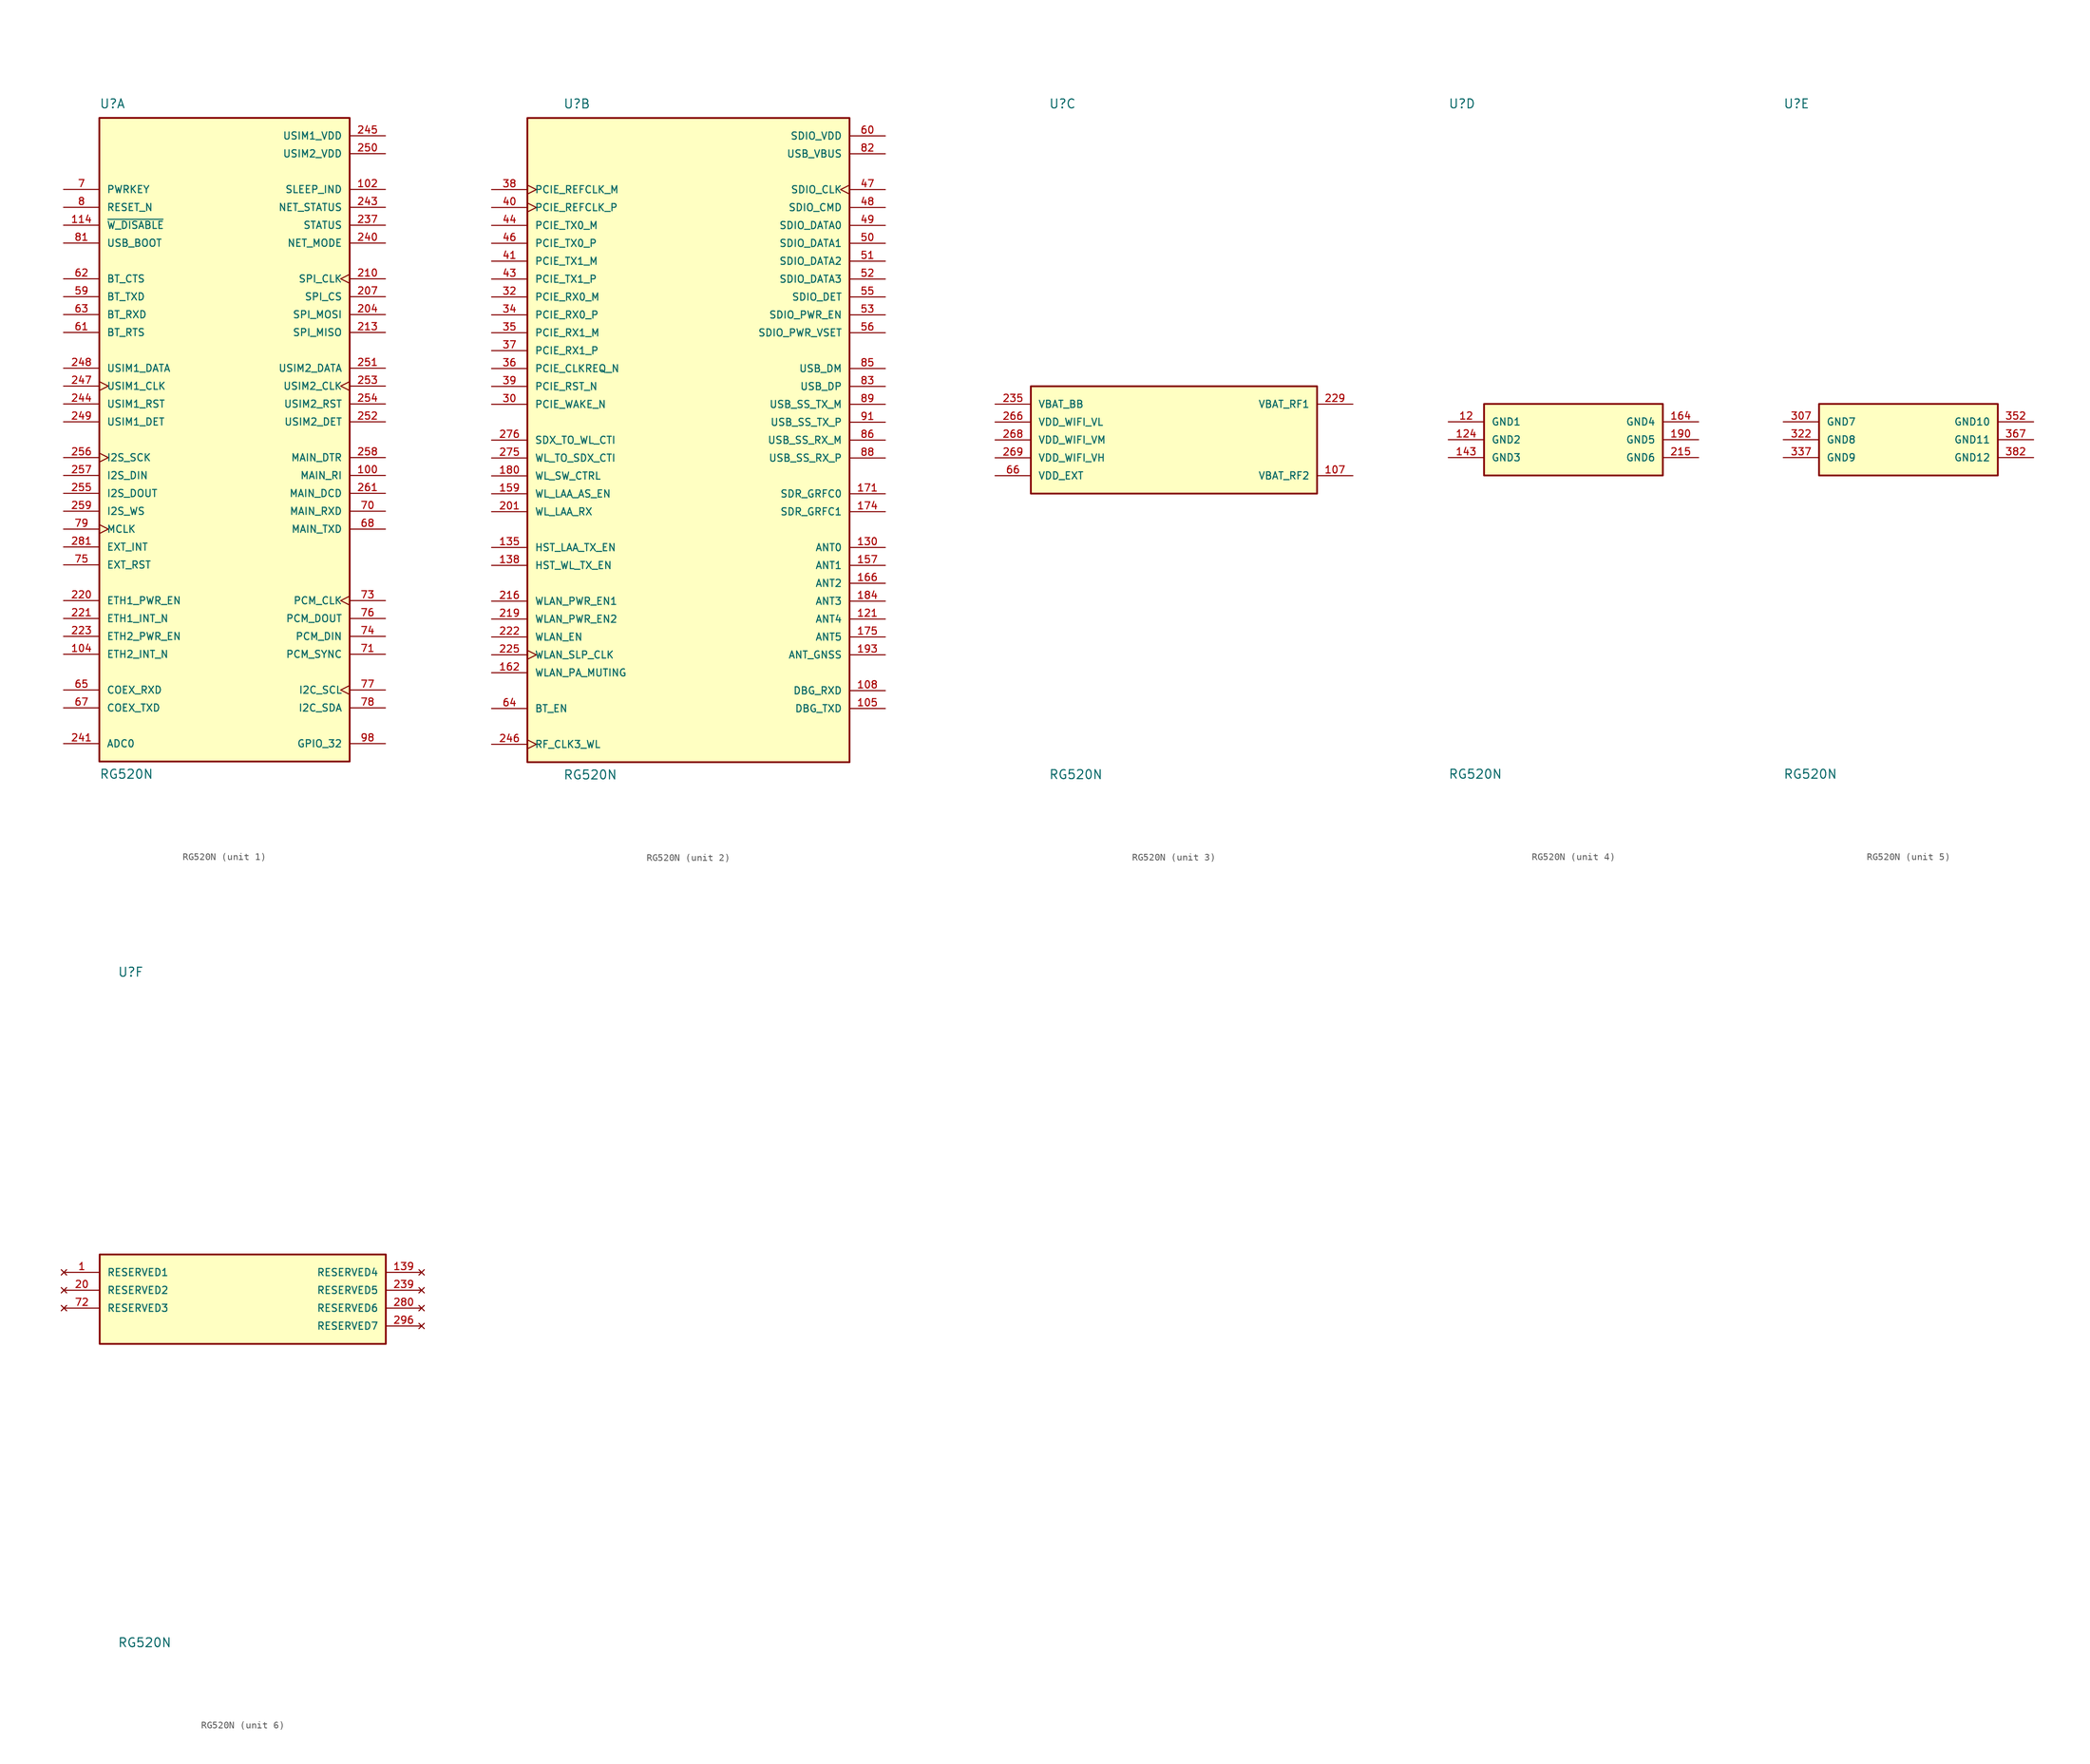
<source format=kicad_sym>
(kicad_symbol_lib
  (version 20211014)
  (generator kicad_symbol_editor)
  (symbol "RG520N"
    (pin_names
      (offset 1.016))
    (property "Reference" "U"
      (at -17.78 46.99 0)
      (effects (font (size 1.27 1.27)) (justify bottom left)))
    (property "Value" "RG520N"
      (at -17.78 -48.26 0)
      (effects (font (size 1.27 1.27)) (justify bottom left)))
    (symbol "RG520N_1_0"
      (rectangle (start -17.78 -45.72) (end 17.78 45.72) (stroke (width 0.254)) (fill (type background)))
      (pin power_in line (at 22.86 43.18 180.0) (length 5.08) (name "USIM1_VDD" (effects (font (size 1.016 1.016)))) (number "245" (effects (font (size 1.016 1.016)))))
      (pin power_in line (at 22.86 40.64 180.0) (length 5.08) (name "USIM2_VDD" (effects (font (size 1.016 1.016)))) (number "250" (effects (font (size 1.016 1.016)))))
      (pin input line (at -22.86 30.48 0) (length 5.08) (name "~{W_DISABLE}" (effects (font (size 1.016 1.016)))) (number "114" (effects (font (size 1.016 1.016)))))
      (pin input line (at -22.86 -43.18 0) (length 5.08) (name "ADC0" (effects (font (size 1.016 1.016)))) (number "241" (effects (font (size 1.016 1.016)))))
      (pin input line (at -22.86 15.24 0) (length 5.08) (name "BT_RTS" (effects (font (size 1.016 1.016)))) (number "61" (effects (font (size 1.016 1.016)))))
      (pin input line (at -22.86 17.78 0) (length 5.08) (name "BT_RXD" (effects (font (size 1.016 1.016)))) (number "63" (effects (font (size 1.016 1.016)))))
      (pin input line (at -22.86 -35.56 0) (length 5.08) (name "COEX_RXD" (effects (font (size 1.016 1.016)))) (number "65" (effects (font (size 1.016 1.016)))))
      (pin input line (at -22.86 -22.86 0) (length 5.08) (name "ETH1_PWR_EN" (effects (font (size 1.016 1.016)))) (number "220" (effects (font (size 1.016 1.016)))))
      (pin input line (at -22.86 -27.94 0) (length 5.08) (name "ETH2_PWR_EN" (effects (font (size 1.016 1.016)))) (number "223" (effects (font (size 1.016 1.016)))))
      (pin input line (at -22.86 -17.78 0) (length 5.08) (name "EXT_RST" (effects (font (size 1.016 1.016)))) (number "75" (effects (font (size 1.016 1.016)))))
      (pin input clock (at 22.86 -35.56 180.0) (length 5.08) (name "I2C_SCL" (effects (font (size 1.016 1.016)))) (number "77" (effects (font (size 1.016 1.016)))))
      (pin input line (at -22.86 -5.08 0) (length 5.08) (name "I2S_DIN" (effects (font (size 1.016 1.016)))) (number "257" (effects (font (size 1.016 1.016)))))
      (pin input clock (at -22.86 -2.54 0) (length 5.08) (name "I2S_SCK" (effects (font (size 1.016 1.016)))) (number "256" (effects (font (size 1.016 1.016)))))
      (pin input line (at 22.86 -7.62 180.0) (length 5.08) (name "MAIN_DCD" (effects (font (size 1.016 1.016)))) (number "261" (effects (font (size 1.016 1.016)))))
      (pin input line (at 22.86 -10.16 180.0) (length 5.08) (name "MAIN_RXD" (effects (font (size 1.016 1.016)))) (number "70" (effects (font (size 1.016 1.016)))))
      (pin input clock (at 22.86 -22.86 180.0) (length 5.08) (name "PCM_CLK" (effects (font (size 1.016 1.016)))) (number "73" (effects (font (size 1.016 1.016)))))
      (pin input line (at 22.86 -27.94 180.0) (length 5.08) (name "PCM_DIN" (effects (font (size 1.016 1.016)))) (number "74" (effects (font (size 1.016 1.016)))))
      (pin input line (at -22.86 35.56 0) (length 5.08) (name "PWRKEY" (effects (font (size 1.016 1.016)))) (number "7" (effects (font (size 1.016 1.016)))))
      (pin input line (at -22.86 33.02 0) (length 5.08) (name "RESET_N" (effects (font (size 1.016 1.016)))) (number "8" (effects (font (size 1.016 1.016)))))
      (pin input line (at 22.86 15.24 180.0) (length 5.08) (name "SPI_MISO" (effects (font (size 1.016 1.016)))) (number "213" (effects (font (size 1.016 1.016)))))
      (pin input line (at -22.86 27.94 0) (length 5.08) (name "USB_BOOT" (effects (font (size 1.016 1.016)))) (number "81" (effects (font (size 1.016 1.016)))))
      (pin input line (at -22.86 2.54 0) (length 5.08) (name "USIM1_DET" (effects (font (size 1.016 1.016)))) (number "249" (effects (font (size 1.016 1.016)))))
      (pin input line (at 22.86 2.54 180.0) (length 5.08) (name "USIM2_DET" (effects (font (size 1.016 1.016)))) (number "252" (effects (font (size 1.016 1.016)))))
      (pin bidirectional line (at 22.86 -43.18 180.0) (length 5.08) (name "GPIO_32" (effects (font (size 1.016 1.016)))) (number "98" (effects (font (size 1.016 1.016)))))
      (pin bidirectional line (at 22.86 -38.1 180.0) (length 5.08) (name "I2C_SDA" (effects (font (size 1.016 1.016)))) (number "78" (effects (font (size 1.016 1.016)))))
      (pin bidirectional line (at -22.86 10.16 0) (length 5.08) (name "USIM1_DATA" (effects (font (size 1.016 1.016)))) (number "248" (effects (font (size 1.016 1.016)))))
      (pin bidirectional line (at 22.86 10.16 180.0) (length 5.08) (name "USIM2_DATA" (effects (font (size 1.016 1.016)))) (number "251" (effects (font (size 1.016 1.016)))))
      (pin output line (at -22.86 22.86 0) (length 5.08) (name "BT_CTS" (effects (font (size 1.016 1.016)))) (number "62" (effects (font (size 1.016 1.016)))))
      (pin output line (at -22.86 20.32 0) (length 5.08) (name "BT_TXD" (effects (font (size 1.016 1.016)))) (number "59" (effects (font (size 1.016 1.016)))))
      (pin output line (at -22.86 -38.1 0) (length 5.08) (name "COEX_TXD" (effects (font (size 1.016 1.016)))) (number "67" (effects (font (size 1.016 1.016)))))
      (pin output line (at -22.86 -25.4 0) (length 5.08) (name "ETH1_INT_N" (effects (font (size 1.016 1.016)))) (number "221" (effects (font (size 1.016 1.016)))))
      (pin output line (at -22.86 -30.48 0) (length 5.08) (name "ETH2_INT_N" (effects (font (size 1.016 1.016)))) (number "104" (effects (font (size 1.016 1.016)))))
      (pin output line (at -22.86 -15.24 0) (length 5.08) (name "EXT_INT" (effects (font (size 1.016 1.016)))) (number "281" (effects (font (size 1.016 1.016)))))
      (pin output line (at -22.86 -7.62 0) (length 5.08) (name "I2S_DOUT" (effects (font (size 1.016 1.016)))) (number "255" (effects (font (size 1.016 1.016)))))
      (pin output line (at -22.86 -10.16 0) (length 5.08) (name "I2S_WS" (effects (font (size 1.016 1.016)))) (number "259" (effects (font (size 1.016 1.016)))))
      (pin output line (at 22.86 -2.54 180.0) (length 5.08) (name "MAIN_DTR" (effects (font (size 1.016 1.016)))) (number "258" (effects (font (size 1.016 1.016)))))
      (pin output line (at 22.86 -5.08 180.0) (length 5.08) (name "MAIN_RI" (effects (font (size 1.016 1.016)))) (number "100" (effects (font (size 1.016 1.016)))))
      (pin output line (at 22.86 -12.7 180.0) (length 5.08) (name "MAIN_TXD" (effects (font (size 1.016 1.016)))) (number "68" (effects (font (size 1.016 1.016)))))
      (pin output clock (at -22.86 -12.7 0) (length 5.08) (name "MCLK" (effects (font (size 1.016 1.016)))) (number "79" (effects (font (size 1.016 1.016)))))
      (pin output line (at 22.86 27.94 180.0) (length 5.08) (name "NET_MODE" (effects (font (size 1.016 1.016)))) (number "240" (effects (font (size 1.016 1.016)))))
      (pin output line (at 22.86 33.02 180.0) (length 5.08) (name "NET_STATUS" (effects (font (size 1.016 1.016)))) (number "243" (effects (font (size 1.016 1.016)))))
      (pin output line (at 22.86 -25.4 180.0) (length 5.08) (name "PCM_DOUT" (effects (font (size 1.016 1.016)))) (number "76" (effects (font (size 1.016 1.016)))))
      (pin output line (at 22.86 -30.48 180.0) (length 5.08) (name "PCM_SYNC" (effects (font (size 1.016 1.016)))) (number "71" (effects (font (size 1.016 1.016)))))
      (pin output line (at 22.86 35.56 180.0) (length 5.08) (name "SLEEP_IND" (effects (font (size 1.016 1.016)))) (number "102" (effects (font (size 1.016 1.016)))))
      (pin output clock (at 22.86 22.86 180.0) (length 5.08) (name "SPI_CLK" (effects (font (size 1.016 1.016)))) (number "210" (effects (font (size 1.016 1.016)))))
      (pin output line (at 22.86 20.32 180.0) (length 5.08) (name "SPI_CS" (effects (font (size 1.016 1.016)))) (number "207" (effects (font (size 1.016 1.016)))))
      (pin output line (at 22.86 17.78 180.0) (length 5.08) (name "SPI_MOSI" (effects (font (size 1.016 1.016)))) (number "204" (effects (font (size 1.016 1.016)))))
      (pin output line (at 22.86 30.48 180.0) (length 5.08) (name "STATUS" (effects (font (size 1.016 1.016)))) (number "237" (effects (font (size 1.016 1.016)))))
      (pin output clock (at -22.86 7.62 0) (length 5.08) (name "USIM1_CLK" (effects (font (size 1.016 1.016)))) (number "247" (effects (font (size 1.016 1.016)))))
      (pin output line (at -22.86 5.08 0) (length 5.08) (name "USIM1_RST" (effects (font (size 1.016 1.016)))) (number "244" (effects (font (size 1.016 1.016)))))
      (pin output clock (at 22.86 7.62 180.0) (length 5.08) (name "USIM2_CLK" (effects (font (size 1.016 1.016)))) (number "253" (effects (font (size 1.016 1.016)))))
      (pin output line (at 22.86 5.08 180.0) (length 5.08) (name "USIM2_RST" (effects (font (size 1.016 1.016)))) (number "254" (effects (font (size 1.016 1.016))))))
    (symbol "RG520N_2_0"
      (rectangle (start -22.86 -45.72) (end 22.86 45.72) (stroke (width 0.254)) (fill (type background)))
      (pin power_in line (at 27.94 43.18 180.0) (length 5.08) (name "SDIO_VDD" (effects (font (size 1.016 1.016)))) (number "60" (effects (font (size 1.016 1.016)))))
      (pin power_in line (at 27.94 40.64 180.0) (length 5.08) (name "USB_VBUS" (effects (font (size 1.016 1.016)))) (number "82" (effects (font (size 1.016 1.016)))))
      (pin input line (at 27.94 -30.48 180.0) (length 5.08) (name "ANT_GNSS" (effects (font (size 1.016 1.016)))) (number "193" (effects (font (size 1.016 1.016)))))
      (pin input line (at 27.94 -20.32 180.0) (length 5.08) (name "ANT2" (effects (font (size 1.016 1.016)))) (number "166" (effects (font (size 1.016 1.016)))))
      (pin input line (at 27.94 -22.86 180.0) (length 5.08) (name "ANT3" (effects (font (size 1.016 1.016)))) (number "184" (effects (font (size 1.016 1.016)))))
      (pin input line (at 27.94 -25.4 180.0) (length 5.08) (name "ANT4" (effects (font (size 1.016 1.016)))) (number "121" (effects (font (size 1.016 1.016)))))
      (pin input line (at 27.94 -27.94 180.0) (length 5.08) (name "ANT5" (effects (font (size 1.016 1.016)))) (number "175" (effects (font (size 1.016 1.016)))))
      (pin input line (at -27.94 -38.1 0) (length 5.08) (name "BT_EN" (effects (font (size 1.016 1.016)))) (number "64" (effects (font (size 1.016 1.016)))))
      (pin input line (at 27.94 -35.56 180.0) (length 5.08) (name "DBG_RXD" (effects (font (size 1.016 1.016)))) (number "108" (effects (font (size 1.016 1.016)))))
      (pin input line (at -27.94 -15.24 0) (length 5.08) (name "HST_LAA_TX_EN" (effects (font (size 1.016 1.016)))) (number "135" (effects (font (size 1.016 1.016)))))
      (pin input line (at -27.94 -17.78 0) (length 5.08) (name "HST_WL_TX_EN" (effects (font (size 1.016 1.016)))) (number "138" (effects (font (size 1.016 1.016)))))
      (pin input line (at -27.94 10.16 0) (length 5.08) (name "PCIE_CLKREQ_N" (effects (font (size 1.016 1.016)))) (number "36" (effects (font (size 1.016 1.016)))))
      (pin input line (at -27.94 20.32 0) (length 5.08) (name "PCIE_RX0_M" (effects (font (size 1.016 1.016)))) (number "32" (effects (font (size 1.016 1.016)))))
      (pin input line (at -27.94 17.78 0) (length 5.08) (name "PCIE_RX0_P" (effects (font (size 1.016 1.016)))) (number "34" (effects (font (size 1.016 1.016)))))
      (pin input line (at -27.94 15.24 0) (length 5.08) (name "PCIE_RX1_M" (effects (font (size 1.016 1.016)))) (number "35" (effects (font (size 1.016 1.016)))))
      (pin input line (at -27.94 12.7 0) (length 5.08) (name "PCIE_RX1_P" (effects (font (size 1.016 1.016)))) (number "37" (effects (font (size 1.016 1.016)))))
      (pin input line (at -27.94 5.08 0) (length 5.08) (name "PCIE_WAKE_N" (effects (font (size 1.016 1.016)))) (number "30" (effects (font (size 1.016 1.016)))))
      (pin input clock (at -27.94 -43.18 0) (length 5.08) (name "RF_CLK3_WL" (effects (font (size 1.016 1.016)))) (number "246" (effects (font (size 1.016 1.016)))))
      (pin input line (at 27.94 20.32 180.0) (length 5.08) (name "SDIO_DET" (effects (font (size 1.016 1.016)))) (number "55" (effects (font (size 1.016 1.016)))))
      (pin input line (at 27.94 17.78 180.0) (length 5.08) (name "SDIO_PWR_EN" (effects (font (size 1.016 1.016)))) (number "53" (effects (font (size 1.016 1.016)))))
      (pin input line (at 27.94 15.24 180.0) (length 5.08) (name "SDIO_PWR_VSET" (effects (font (size 1.016 1.016)))) (number "56" (effects (font (size 1.016 1.016)))))
      (pin input line (at 27.94 0.0 180.0) (length 5.08) (name "USB_SS_RX_M" (effects (font (size 1.016 1.016)))) (number "86" (effects (font (size 1.016 1.016)))))
      (pin input line (at 27.94 -2.54 180.0) (length 5.08) (name "USB_SS_RX_P" (effects (font (size 1.016 1.016)))) (number "88" (effects (font (size 1.016 1.016)))))
      (pin input line (at -27.94 -7.62 0) (length 5.08) (name "WL_LAA_AS_EN" (effects (font (size 1.016 1.016)))) (number "159" (effects (font (size 1.016 1.016)))))
      (pin input line (at -27.94 -10.16 0) (length 5.08) (name "WL_LAA_RX" (effects (font (size 1.016 1.016)))) (number "201" (effects (font (size 1.016 1.016)))))
      (pin input line (at -27.94 -5.08 0) (length 5.08) (name "WL_SW_CTRL" (effects (font (size 1.016 1.016)))) (number "180" (effects (font (size 1.016 1.016)))))
      (pin input line (at -27.94 -27.94 0) (length 5.08) (name "WLAN_EN" (effects (font (size 1.016 1.016)))) (number "222" (effects (font (size 1.016 1.016)))))
      (pin input line (at -27.94 -22.86 0) (length 5.08) (name "WLAN_PWR_EN1" (effects (font (size 1.016 1.016)))) (number "216" (effects (font (size 1.016 1.016)))))
      (pin input line (at -27.94 -25.4 0) (length 5.08) (name "WLAN_PWR_EN2" (effects (font (size 1.016 1.016)))) (number "219" (effects (font (size 1.016 1.016)))))
      (pin input clock (at -27.94 -30.48 0) (length 5.08) (name "WLAN_SLP_CLK" (effects (font (size 1.016 1.016)))) (number "225" (effects (font (size 1.016 1.016)))))
      (pin bidirectional line (at 27.94 -15.24 180.0) (length 5.08) (name "ANT0" (effects (font (size 1.016 1.016)))) (number "130" (effects (font (size 1.016 1.016)))))
      (pin bidirectional line (at 27.94 -17.78 180.0) (length 5.08) (name "ANT1" (effects (font (size 1.016 1.016)))) (number "157" (effects (font (size 1.016 1.016)))))
      (pin bidirectional line (at 27.94 33.02 180.0) (length 5.08) (name "SDIO_CMD" (effects (font (size 1.016 1.016)))) (number "48" (effects (font (size 1.016 1.016)))))
      (pin bidirectional line (at 27.94 30.48 180.0) (length 5.08) (name "SDIO_DATA0" (effects (font (size 1.016 1.016)))) (number "49" (effects (font (size 1.016 1.016)))))
      (pin bidirectional line (at 27.94 27.94 180.0) (length 5.08) (name "SDIO_DATA1" (effects (font (size 1.016 1.016)))) (number "50" (effects (font (size 1.016 1.016)))))
      (pin bidirectional line (at 27.94 25.4 180.0) (length 5.08) (name "SDIO_DATA2" (effects (font (size 1.016 1.016)))) (number "51" (effects (font (size 1.016 1.016)))))
      (pin bidirectional line (at 27.94 22.86 180.0) (length 5.08) (name "SDIO_DATA3" (effects (font (size 1.016 1.016)))) (number "52" (effects (font (size 1.016 1.016)))))
      (pin bidirectional line (at 27.94 10.16 180.0) (length 5.08) (name "USB_DM" (effects (font (size 1.016 1.016)))) (number "85" (effects (font (size 1.016 1.016)))))
      (pin bidirectional line (at 27.94 7.62 180.0) (length 5.08) (name "USB_DP" (effects (font (size 1.016 1.016)))) (number "83" (effects (font (size 1.016 1.016)))))
      (pin passive line (at 27.94 -7.62 180.0) (length 5.08) (name "SDR_GRFC0" (effects (font (size 1.016 1.016)))) (number "171" (effects (font (size 1.016 1.016)))))
      (pin passive line (at 27.94 -10.16 180.0) (length 5.08) (name "SDR_GRFC1" (effects (font (size 1.016 1.016)))) (number "174" (effects (font (size 1.016 1.016)))))
      (pin passive line (at -27.94 0.0 0) (length 5.08) (name "SDX_TO_WL_CTI" (effects (font (size 1.016 1.016)))) (number "276" (effects (font (size 1.016 1.016)))))
      (pin passive line (at -27.94 -2.54 0) (length 5.08) (name "WL_TO_SDX_CTI" (effects (font (size 1.016 1.016)))) (number "275" (effects (font (size 1.016 1.016)))))
      (pin passive line (at -27.94 -33.02 0) (length 5.08) (name "WLAN_PA_MUTING" (effects (font (size 1.016 1.016)))) (number "162" (effects (font (size 1.016 1.016)))))
      (pin output line (at 27.94 -38.1 180.0) (length 5.08) (name "DBG_TXD" (effects (font (size 1.016 1.016)))) (number "105" (effects (font (size 1.016 1.016)))))
      (pin output clock (at -27.94 35.56 0) (length 5.08) (name "PCIE_REFCLK_M" (effects (font (size 1.016 1.016)))) (number "38" (effects (font (size 1.016 1.016)))))
      (pin output clock (at -27.94 33.02 0) (length 5.08) (name "PCIE_REFCLK_P" (effects (font (size 1.016 1.016)))) (number "40" (effects (font (size 1.016 1.016)))))
      (pin output line (at -27.94 7.62 0) (length 5.08) (name "PCIE_RST_N" (effects (font (size 1.016 1.016)))) (number "39" (effects (font (size 1.016 1.016)))))
      (pin output line (at -27.94 30.48 0) (length 5.08) (name "PCIE_TX0_M" (effects (font (size 1.016 1.016)))) (number "44" (effects (font (size 1.016 1.016)))))
      (pin output line (at -27.94 27.94 0) (length 5.08) (name "PCIE_TX0_P" (effects (font (size 1.016 1.016)))) (number "46" (effects (font (size 1.016 1.016)))))
      (pin output line (at -27.94 25.4 0) (length 5.08) (name "PCIE_TX1_M" (effects (font (size 1.016 1.016)))) (number "41" (effects (font (size 1.016 1.016)))))
      (pin output line (at -27.94 22.86 0) (length 5.08) (name "PCIE_TX1_P" (effects (font (size 1.016 1.016)))) (number "43" (effects (font (size 1.016 1.016)))))
      (pin output clock (at 27.94 35.56 180.0) (length 5.08) (name "SDIO_CLK" (effects (font (size 1.016 1.016)))) (number "47" (effects (font (size 1.016 1.016)))))
      (pin output line (at 27.94 5.08 180.0) (length 5.08) (name "USB_SS_TX_M" (effects (font (size 1.016 1.016)))) (number "89" (effects (font (size 1.016 1.016)))))
      (pin output line (at 27.94 2.54 180.0) (length 5.08) (name "USB_SS_TX_P" (effects (font (size 1.016 1.016)))) (number "91" (effects (font (size 1.016 1.016))))))
    (symbol "RG520N_3_0"
      (rectangle (start -20.32 -7.62) (end 20.32 7.62) (stroke (width 0.254)) (fill (type background)))
      (pin power_in line (at -25.4 5.08 0) (length 5.08) (name "VBAT_BB" (effects (font (size 1.016 1.016)))) (number "235" (effects (font (size 1.016 1.016)))))
      (pin power_in line (at -25.4 5.08 0) (length 5.08) hide (name "VBAT_BB" (effects (font (size 1.016 1.016)))) (number "236" (effects (font (size 1.016 1.016)))))
      (pin power_in line (at -25.4 5.08 0) (length 5.08) hide (name "VBAT_BB" (effects (font (size 1.016 1.016)))) (number "238" (effects (font (size 1.016 1.016)))))
      (pin power_in line (at 25.4 5.08 180.0) (length 5.08) (name "VBAT_RF1" (effects (font (size 1.016 1.016)))) (number "229" (effects (font (size 1.016 1.016)))))
      (pin power_in line (at 25.4 5.08 180.0) (length 5.08) hide (name "VBAT_RF1" (effects (font (size 1.016 1.016)))) (number "230" (effects (font (size 1.016 1.016)))))
      (pin power_in line (at 25.4 5.08 180.0) (length 5.08) hide (name "VBAT_RF1" (effects (font (size 1.016 1.016)))) (number "232" (effects (font (size 1.016 1.016)))))
      (pin power_in line (at 25.4 5.08 180.0) (length 5.08) hide (name "VBAT_RF1" (effects (font (size 1.016 1.016)))) (number "233" (effects (font (size 1.016 1.016)))))
      (pin power_in line (at 25.4 -5.08 180.0) (length 5.08) (name "VBAT_RF2" (effects (font (size 1.016 1.016)))) (number "107" (effects (font (size 1.016 1.016)))))
      (pin power_in line (at 25.4 -5.08 180.0) (length 5.08) hide (name "VBAT_RF2" (effects (font (size 1.016 1.016)))) (number "109" (effects (font (size 1.016 1.016)))))
      (pin power_in line (at 25.4 -5.08 180.0) (length 5.08) hide (name "VBAT_RF2" (effects (font (size 1.016 1.016)))) (number "110" (effects (font (size 1.016 1.016)))))
      (pin power_in line (at 25.4 -5.08 180.0) (length 5.08) hide (name "VBAT_RF2" (effects (font (size 1.016 1.016)))) (number "112" (effects (font (size 1.016 1.016)))))
      (pin power_in line (at -25.4 -5.08 0) (length 5.08) (name "VDD_EXT" (effects (font (size 1.016 1.016)))) (number "66" (effects (font (size 1.016 1.016)))))
      (pin power_in line (at -25.4 -2.54 0) (length 5.08) (name "VDD_WIFI_VH" (effects (font (size 1.016 1.016)))) (number "269" (effects (font (size 1.016 1.016)))))
      (pin power_in line (at -25.4 2.54 0) (length 5.08) (name "VDD_WIFI_VL" (effects (font (size 1.016 1.016)))) (number "266" (effects (font (size 1.016 1.016)))))
      (pin power_in line (at -25.4 2.54 0) (length 5.08) hide (name "VDD_WIFI_VL" (effects (font (size 1.016 1.016)))) (number "267" (effects (font (size 1.016 1.016)))))
      (pin power_in line (at -25.4 0.0 0) (length 5.08) (name "VDD_WIFI_VM" (effects (font (size 1.016 1.016)))) (number "268" (effects (font (size 1.016 1.016))))))
    (symbol "RG520N_4_0"
      (rectangle (start -12.7 -5.08) (end 12.7 5.08) (stroke (width 0.254)) (fill (type background)))
      (pin power_in line (at -17.78 2.54 0) (length 5.08) (name "GND1" (effects (font (size 1.016 1.016)))) (number "12" (effects (font (size 1.016 1.016)))))
      (pin power_in line (at -17.78 2.54 0) (length 5.08) hide (name "GND1" (effects (font (size 1.016 1.016)))) (number "18" (effects (font (size 1.016 1.016)))))
      (pin power_in line (at -17.78 2.54 0) (length 5.08) hide (name "GND1" (effects (font (size 1.016 1.016)))) (number "26" (effects (font (size 1.016 1.016)))))
      (pin power_in line (at -17.78 2.54 0) (length 5.08) hide (name "GND1" (effects (font (size 1.016 1.016)))) (number "33" (effects (font (size 1.016 1.016)))))
      (pin power_in line (at -17.78 2.54 0) (length 5.08) hide (name "GND1" (effects (font (size 1.016 1.016)))) (number "42" (effects (font (size 1.016 1.016)))))
      (pin power_in line (at -17.78 2.54 0) (length 5.08) hide (name "GND1" (effects (font (size 1.016 1.016)))) (number "84" (effects (font (size 1.016 1.016)))))
      (pin power_in line (at -17.78 2.54 0) (length 5.08) hide (name "GND1" (effects (font (size 1.016 1.016)))) (number "90" (effects (font (size 1.016 1.016)))))
      (pin power_in line (at -17.78 2.54 0) (length 5.08) hide (name "GND1" (effects (font (size 1.016 1.016)))) (number "96" (effects (font (size 1.016 1.016)))))
      (pin power_in line (at -17.78 2.54 0) (length 5.08) hide (name "GND1" (effects (font (size 1.016 1.016)))) (number "113" (effects (font (size 1.016 1.016)))))
      (pin power_in line (at -17.78 2.54 0) (length 5.08) hide (name "GND1" (effects (font (size 1.016 1.016)))) (number "115" (effects (font (size 1.016 1.016)))))
      (pin power_in line (at -17.78 2.54 0) (length 5.08) hide (name "GND1" (effects (font (size 1.016 1.016)))) (number "116" (effects (font (size 1.016 1.016)))))
      (pin power_in line (at -17.78 2.54 0) (length 5.08) hide (name "GND1" (effects (font (size 1.016 1.016)))) (number "118" (effects (font (size 1.016 1.016)))))
      (pin power_in line (at -17.78 2.54 0) (length 5.08) hide (name "GND1" (effects (font (size 1.016 1.016)))) (number "119" (effects (font (size 1.016 1.016)))))
      (pin power_in line (at -17.78 2.54 0) (length 5.08) hide (name "GND1" (effects (font (size 1.016 1.016)))) (number "122" (effects (font (size 1.016 1.016)))))
      (pin power_in line (at -17.78 2.54 0) (length 5.08) hide (name "GND1" (effects (font (size 1.016 1.016)))) (number "123" (effects (font (size 1.016 1.016)))))
      (pin power_in line (at -17.78 0.0 0) (length 5.08) (name "GND2" (effects (font (size 1.016 1.016)))) (number "124" (effects (font (size 1.016 1.016)))))
      (pin power_in line (at -17.78 0.0 0) (length 5.08) hide (name "GND2" (effects (font (size 1.016 1.016)))) (number "125" (effects (font (size 1.016 1.016)))))
      (pin power_in line (at -17.78 0.0 0) (length 5.08) hide (name "GND2" (effects (font (size 1.016 1.016)))) (number "126" (effects (font (size 1.016 1.016)))))
      (pin power_in line (at -17.78 0.0 0) (length 5.08) hide (name "GND2" (effects (font (size 1.016 1.016)))) (number "127" (effects (font (size 1.016 1.016)))))
      (pin power_in line (at -17.78 0.0 0) (length 5.08) hide (name "GND2" (effects (font (size 1.016 1.016)))) (number "128" (effects (font (size 1.016 1.016)))))
      (pin power_in line (at -17.78 0.0 0) (length 5.08) hide (name "GND2" (effects (font (size 1.016 1.016)))) (number "129" (effects (font (size 1.016 1.016)))))
      (pin power_in line (at -17.78 0.0 0) (length 5.08) hide (name "GND2" (effects (font (size 1.016 1.016)))) (number "131" (effects (font (size 1.016 1.016)))))
      (pin power_in line (at -17.78 0.0 0) (length 5.08) hide (name "GND2" (effects (font (size 1.016 1.016)))) (number "132" (effects (font (size 1.016 1.016)))))
      (pin power_in line (at -17.78 0.0 0) (length 5.08) hide (name "GND2" (effects (font (size 1.016 1.016)))) (number "133" (effects (font (size 1.016 1.016)))))
      (pin power_in line (at -17.78 0.0 0) (length 5.08) hide (name "GND2" (effects (font (size 1.016 1.016)))) (number "134" (effects (font (size 1.016 1.016)))))
      (pin power_in line (at -17.78 0.0 0) (length 5.08) hide (name "GND2" (effects (font (size 1.016 1.016)))) (number "136" (effects (font (size 1.016 1.016)))))
      (pin power_in line (at -17.78 0.0 0) (length 5.08) hide (name "GND2" (effects (font (size 1.016 1.016)))) (number "137" (effects (font (size 1.016 1.016)))))
      (pin power_in line (at -17.78 0.0 0) (length 5.08) hide (name "GND2" (effects (font (size 1.016 1.016)))) (number "140" (effects (font (size 1.016 1.016)))))
      (pin power_in line (at -17.78 0.0 0) (length 5.08) hide (name "GND2" (effects (font (size 1.016 1.016)))) (number "141" (effects (font (size 1.016 1.016)))))
      (pin power_in line (at -17.78 0.0 0) (length 5.08) hide (name "GND2" (effects (font (size 1.016 1.016)))) (number "142" (effects (font (size 1.016 1.016)))))
      (pin power_in line (at -17.78 -2.54 0) (length 5.08) (name "GND3" (effects (font (size 1.016 1.016)))) (number "143" (effects (font (size 1.016 1.016)))))
      (pin power_in line (at -17.78 -2.54 0) (length 5.08) hide (name "GND3" (effects (font (size 1.016 1.016)))) (number "144" (effects (font (size 1.016 1.016)))))
      (pin power_in line (at -17.78 -2.54 0) (length 5.08) hide (name "GND3" (effects (font (size 1.016 1.016)))) (number "145" (effects (font (size 1.016 1.016)))))
      (pin power_in line (at -17.78 -2.54 0) (length 5.08) hide (name "GND3" (effects (font (size 1.016 1.016)))) (number "146" (effects (font (size 1.016 1.016)))))
      (pin power_in line (at -17.78 -2.54 0) (length 5.08) hide (name "GND3" (effects (font (size 1.016 1.016)))) (number "147" (effects (font (size 1.016 1.016)))))
      (pin power_in line (at -17.78 -2.54 0) (length 5.08) hide (name "GND3" (effects (font (size 1.016 1.016)))) (number "149" (effects (font (size 1.016 1.016)))))
      (pin power_in line (at -17.78 -2.54 0) (length 5.08) hide (name "GND3" (effects (font (size 1.016 1.016)))) (number "151" (effects (font (size 1.016 1.016)))))
      (pin power_in line (at -17.78 -2.54 0) (length 5.08) hide (name "GND3" (effects (font (size 1.016 1.016)))) (number "152" (effects (font (size 1.016 1.016)))))
      (pin power_in line (at -17.78 -2.54 0) (length 5.08) hide (name "GND3" (effects (font (size 1.016 1.016)))) (number "154" (effects (font (size 1.016 1.016)))))
      (pin power_in line (at -17.78 -2.54 0) (length 5.08) hide (name "GND3" (effects (font (size 1.016 1.016)))) (number "155" (effects (font (size 1.016 1.016)))))
      (pin power_in line (at -17.78 -2.54 0) (length 5.08) hide (name "GND3" (effects (font (size 1.016 1.016)))) (number "156" (effects (font (size 1.016 1.016)))))
      (pin power_in line (at -17.78 -2.54 0) (length 5.08) hide (name "GND3" (effects (font (size 1.016 1.016)))) (number "158" (effects (font (size 1.016 1.016)))))
      (pin power_in line (at -17.78 -2.54 0) (length 5.08) hide (name "GND3" (effects (font (size 1.016 1.016)))) (number "160" (effects (font (size 1.016 1.016)))))
      (pin power_in line (at -17.78 -2.54 0) (length 5.08) hide (name "GND3" (effects (font (size 1.016 1.016)))) (number "161" (effects (font (size 1.016 1.016)))))
      (pin power_in line (at -17.78 -2.54 0) (length 5.08) hide (name "GND3" (effects (font (size 1.016 1.016)))) (number "163" (effects (font (size 1.016 1.016)))))
      (pin power_in line (at 17.78 2.54 180.0) (length 5.08) (name "GND4" (effects (font (size 1.016 1.016)))) (number "164" (effects (font (size 1.016 1.016)))))
      (pin power_in line (at 17.78 2.54 180.0) (length 5.08) hide (name "GND4" (effects (font (size 1.016 1.016)))) (number "167" (effects (font (size 1.016 1.016)))))
      (pin power_in line (at 17.78 2.54 180.0) (length 5.08) hide (name "GND4" (effects (font (size 1.016 1.016)))) (number "168" (effects (font (size 1.016 1.016)))))
      (pin power_in line (at 17.78 2.54 180.0) (length 5.08) hide (name "GND4" (effects (font (size 1.016 1.016)))) (number "169" (effects (font (size 1.016 1.016)))))
      (pin power_in line (at 17.78 2.54 180.0) (length 5.08) hide (name "GND4" (effects (font (size 1.016 1.016)))) (number "170" (effects (font (size 1.016 1.016)))))
      (pin power_in line (at 17.78 2.54 180.0) (length 5.08) hide (name "GND4" (effects (font (size 1.016 1.016)))) (number "172" (effects (font (size 1.016 1.016)))))
      (pin power_in line (at 17.78 2.54 180.0) (length 5.08) hide (name "GND4" (effects (font (size 1.016 1.016)))) (number "173" (effects (font (size 1.016 1.016)))))
      (pin power_in line (at 17.78 2.54 180.0) (length 5.08) hide (name "GND4" (effects (font (size 1.016 1.016)))) (number "176" (effects (font (size 1.016 1.016)))))
      (pin power_in line (at 17.78 2.54 180.0) (length 5.08) hide (name "GND4" (effects (font (size 1.016 1.016)))) (number "178" (effects (font (size 1.016 1.016)))))
      (pin power_in line (at 17.78 2.54 180.0) (length 5.08) hide (name "GND4" (effects (font (size 1.016 1.016)))) (number "179" (effects (font (size 1.016 1.016)))))
      (pin power_in line (at 17.78 2.54 180.0) (length 5.08) hide (name "GND4" (effects (font (size 1.016 1.016)))) (number "181" (effects (font (size 1.016 1.016)))))
      (pin power_in line (at 17.78 2.54 180.0) (length 5.08) hide (name "GND4" (effects (font (size 1.016 1.016)))) (number "182" (effects (font (size 1.016 1.016)))))
      (pin power_in line (at 17.78 2.54 180.0) (length 5.08) hide (name "GND4" (effects (font (size 1.016 1.016)))) (number "185" (effects (font (size 1.016 1.016)))))
      (pin power_in line (at 17.78 2.54 180.0) (length 5.08) hide (name "GND4" (effects (font (size 1.016 1.016)))) (number "187" (effects (font (size 1.016 1.016)))))
      (pin power_in line (at 17.78 2.54 180.0) (length 5.08) hide (name "GND4" (effects (font (size 1.016 1.016)))) (number "188" (effects (font (size 1.016 1.016)))))
      (pin power_in line (at 17.78 0.0 180.0) (length 5.08) (name "GND5" (effects (font (size 1.016 1.016)))) (number "190" (effects (font (size 1.016 1.016)))))
      (pin power_in line (at 17.78 0.0 180.0) (length 5.08) hide (name "GND5" (effects (font (size 1.016 1.016)))) (number "191" (effects (font (size 1.016 1.016)))))
      (pin power_in line (at 17.78 0.0 180.0) (length 5.08) hide (name "GND5" (effects (font (size 1.016 1.016)))) (number "194" (effects (font (size 1.016 1.016)))))
      (pin power_in line (at 17.78 0.0 180.0) (length 5.08) hide (name "GND5" (effects (font (size 1.016 1.016)))) (number "195" (effects (font (size 1.016 1.016)))))
      (pin power_in line (at 17.78 0.0 180.0) (length 5.08) hide (name "GND5" (effects (font (size 1.016 1.016)))) (number "196" (effects (font (size 1.016 1.016)))))
      (pin power_in line (at 17.78 0.0 180.0) (length 5.08) hide (name "GND5" (effects (font (size 1.016 1.016)))) (number "197" (effects (font (size 1.016 1.016)))))
      (pin power_in line (at 17.78 0.0 180.0) (length 5.08) hide (name "GND5" (effects (font (size 1.016 1.016)))) (number "200" (effects (font (size 1.016 1.016)))))
      (pin power_in line (at 17.78 0.0 180.0) (length 5.08) hide (name "GND5" (effects (font (size 1.016 1.016)))) (number "202" (effects (font (size 1.016 1.016)))))
      (pin power_in line (at 17.78 0.0 180.0) (length 5.08) hide (name "GND5" (effects (font (size 1.016 1.016)))) (number "203" (effects (font (size 1.016 1.016)))))
      (pin power_in line (at 17.78 0.0 180.0) (length 5.08) hide (name "GND5" (effects (font (size 1.016 1.016)))) (number "205" (effects (font (size 1.016 1.016)))))
      (pin power_in line (at 17.78 0.0 180.0) (length 5.08) hide (name "GND5" (effects (font (size 1.016 1.016)))) (number "206" (effects (font (size 1.016 1.016)))))
      (pin power_in line (at 17.78 0.0 180.0) (length 5.08) hide (name "GND5" (effects (font (size 1.016 1.016)))) (number "209" (effects (font (size 1.016 1.016)))))
      (pin power_in line (at 17.78 0.0 180.0) (length 5.08) hide (name "GND5" (effects (font (size 1.016 1.016)))) (number "211" (effects (font (size 1.016 1.016)))))
      (pin power_in line (at 17.78 0.0 180.0) (length 5.08) hide (name "GND5" (effects (font (size 1.016 1.016)))) (number "212" (effects (font (size 1.016 1.016)))))
      (pin power_in line (at 17.78 0.0 180.0) (length 5.08) hide (name "GND5" (effects (font (size 1.016 1.016)))) (number "214" (effects (font (size 1.016 1.016)))))
      (pin power_in line (at 17.78 -2.54 180.0) (length 5.08) (name "GND6" (effects (font (size 1.016 1.016)))) (number "215" (effects (font (size 1.016 1.016)))))
      (pin power_in line (at 17.78 -2.54 180.0) (length 5.08) hide (name "GND6" (effects (font (size 1.016 1.016)))) (number "224" (effects (font (size 1.016 1.016)))))
      (pin power_in line (at 17.78 -2.54 180.0) (length 5.08) hide (name "GND6" (effects (font (size 1.016 1.016)))) (number "226" (effects (font (size 1.016 1.016)))))
      (pin power_in line (at 17.78 -2.54 180.0) (length 5.08) hide (name "GND6" (effects (font (size 1.016 1.016)))) (number "227" (effects (font (size 1.016 1.016)))))
      (pin power_in line (at 17.78 -2.54 180.0) (length 5.08) hide (name "GND6" (effects (font (size 1.016 1.016)))) (number "228" (effects (font (size 1.016 1.016)))))
      (pin power_in line (at 17.78 -2.54 180.0) (length 5.08) hide (name "GND6" (effects (font (size 1.016 1.016)))) (number "231" (effects (font (size 1.016 1.016)))))
      (pin power_in line (at 17.78 -2.54 180.0) (length 5.08) hide (name "GND6" (effects (font (size 1.016 1.016)))) (number "234" (effects (font (size 1.016 1.016)))))
      (pin power_in line (at 17.78 -2.54 180.0) (length 5.08) hide (name "GND6" (effects (font (size 1.016 1.016)))) (number "299" (effects (font (size 1.016 1.016)))))
      (pin power_in line (at 17.78 -2.54 180.0) (length 5.08) hide (name "GND6" (effects (font (size 1.016 1.016)))) (number "300" (effects (font (size 1.016 1.016)))))
      (pin power_in line (at 17.78 -2.54 180.0) (length 5.08) hide (name "GND6" (effects (font (size 1.016 1.016)))) (number "301" (effects (font (size 1.016 1.016)))))
      (pin power_in line (at 17.78 -2.54 180.0) (length 5.08) hide (name "GND6" (effects (font (size 1.016 1.016)))) (number "302" (effects (font (size 1.016 1.016)))))
      (pin power_in line (at 17.78 -2.54 180.0) (length 5.08) hide (name "GND6" (effects (font (size 1.016 1.016)))) (number "303" (effects (font (size 1.016 1.016)))))
      (pin power_in line (at 17.78 -2.54 180.0) (length 5.08) hide (name "GND6" (effects (font (size 1.016 1.016)))) (number "304" (effects (font (size 1.016 1.016)))))
      (pin power_in line (at 17.78 -2.54 180.0) (length 5.08) hide (name "GND6" (effects (font (size 1.016 1.016)))) (number "305" (effects (font (size 1.016 1.016)))))
      (pin power_in line (at 17.78 -2.54 180.0) (length 5.08) hide (name "GND6" (effects (font (size 1.016 1.016)))) (number "306" (effects (font (size 1.016 1.016))))))
    (symbol "RG520N_5_0"
      (rectangle (start -12.7 -5.08) (end 12.7 5.08) (stroke (width 0.254)) (fill (type background)))
      (pin power_in line (at 17.78 2.54 180.0) (length 5.08) (name "GND10" (effects (font (size 1.016 1.016)))) (number "352" (effects (font (size 1.016 1.016)))))
      (pin power_in line (at 17.78 2.54 180.0) (length 5.08) hide (name "GND10" (effects (font (size 1.016 1.016)))) (number "353" (effects (font (size 1.016 1.016)))))
      (pin power_in line (at 17.78 2.54 180.0) (length 5.08) hide (name "GND10" (effects (font (size 1.016 1.016)))) (number "354" (effects (font (size 1.016 1.016)))))
      (pin power_in line (at 17.78 2.54 180.0) (length 5.08) hide (name "GND10" (effects (font (size 1.016 1.016)))) (number "355" (effects (font (size 1.016 1.016)))))
      (pin power_in line (at 17.78 2.54 180.0) (length 5.08) hide (name "GND10" (effects (font (size 1.016 1.016)))) (number "356" (effects (font (size 1.016 1.016)))))
      (pin power_in line (at 17.78 2.54 180.0) (length 5.08) hide (name "GND10" (effects (font (size 1.016 1.016)))) (number "357" (effects (font (size 1.016 1.016)))))
      (pin power_in line (at 17.78 2.54 180.0) (length 5.08) hide (name "GND10" (effects (font (size 1.016 1.016)))) (number "358" (effects (font (size 1.016 1.016)))))
      (pin power_in line (at 17.78 2.54 180.0) (length 5.08) hide (name "GND10" (effects (font (size 1.016 1.016)))) (number "359" (effects (font (size 1.016 1.016)))))
      (pin power_in line (at 17.78 2.54 180.0) (length 5.08) hide (name "GND10" (effects (font (size 1.016 1.016)))) (number "360" (effects (font (size 1.016 1.016)))))
      (pin power_in line (at 17.78 2.54 180.0) (length 5.08) hide (name "GND10" (effects (font (size 1.016 1.016)))) (number "361" (effects (font (size 1.016 1.016)))))
      (pin power_in line (at 17.78 2.54 180.0) (length 5.08) hide (name "GND10" (effects (font (size 1.016 1.016)))) (number "362" (effects (font (size 1.016 1.016)))))
      (pin power_in line (at 17.78 2.54 180.0) (length 5.08) hide (name "GND10" (effects (font (size 1.016 1.016)))) (number "363" (effects (font (size 1.016 1.016)))))
      (pin power_in line (at 17.78 2.54 180.0) (length 5.08) hide (name "GND10" (effects (font (size 1.016 1.016)))) (number "364" (effects (font (size 1.016 1.016)))))
      (pin power_in line (at 17.78 2.54 180.0) (length 5.08) hide (name "GND10" (effects (font (size 1.016 1.016)))) (number "365" (effects (font (size 1.016 1.016)))))
      (pin power_in line (at 17.78 2.54 180.0) (length 5.08) hide (name "GND10" (effects (font (size 1.016 1.016)))) (number "366" (effects (font (size 1.016 1.016)))))
      (pin power_in line (at 17.78 0.0 180.0) (length 5.08) (name "GND11" (effects (font (size 1.016 1.016)))) (number "367" (effects (font (size 1.016 1.016)))))
      (pin power_in line (at 17.78 0.0 180.0) (length 5.08) hide (name "GND11" (effects (font (size 1.016 1.016)))) (number "368" (effects (font (size 1.016 1.016)))))
      (pin power_in line (at 17.78 0.0 180.0) (length 5.08) hide (name "GND11" (effects (font (size 1.016 1.016)))) (number "369" (effects (font (size 1.016 1.016)))))
      (pin power_in line (at 17.78 0.0 180.0) (length 5.08) hide (name "GND11" (effects (font (size 1.016 1.016)))) (number "370" (effects (font (size 1.016 1.016)))))
      (pin power_in line (at 17.78 0.0 180.0) (length 5.08) hide (name "GND11" (effects (font (size 1.016 1.016)))) (number "371" (effects (font (size 1.016 1.016)))))
      (pin power_in line (at 17.78 0.0 180.0) (length 5.08) hide (name "GND11" (effects (font (size 1.016 1.016)))) (number "372" (effects (font (size 1.016 1.016)))))
      (pin power_in line (at 17.78 0.0 180.0) (length 5.08) hide (name "GND11" (effects (font (size 1.016 1.016)))) (number "373" (effects (font (size 1.016 1.016)))))
      (pin power_in line (at 17.78 0.0 180.0) (length 5.08) hide (name "GND11" (effects (font (size 1.016 1.016)))) (number "374" (effects (font (size 1.016 1.016)))))
      (pin power_in line (at 17.78 0.0 180.0) (length 5.08) hide (name "GND11" (effects (font (size 1.016 1.016)))) (number "375" (effects (font (size 1.016 1.016)))))
      (pin power_in line (at 17.78 0.0 180.0) (length 5.08) hide (name "GND11" (effects (font (size 1.016 1.016)))) (number "376" (effects (font (size 1.016 1.016)))))
      (pin power_in line (at 17.78 0.0 180.0) (length 5.08) hide (name "GND11" (effects (font (size 1.016 1.016)))) (number "377" (effects (font (size 1.016 1.016)))))
      (pin power_in line (at 17.78 0.0 180.0) (length 5.08) hide (name "GND11" (effects (font (size 1.016 1.016)))) (number "378" (effects (font (size 1.016 1.016)))))
      (pin power_in line (at 17.78 0.0 180.0) (length 5.08) hide (name "GND11" (effects (font (size 1.016 1.016)))) (number "379" (effects (font (size 1.016 1.016)))))
      (pin power_in line (at 17.78 0.0 180.0) (length 5.08) hide (name "GND11" (effects (font (size 1.016 1.016)))) (number "380" (effects (font (size 1.016 1.016)))))
      (pin power_in line (at 17.78 0.0 180.0) (length 5.08) hide (name "GND11" (effects (font (size 1.016 1.016)))) (number "381" (effects (font (size 1.016 1.016)))))
      (pin power_in line (at 17.78 -2.54 180.0) (length 5.08) (name "GND12" (effects (font (size 1.016 1.016)))) (number "382" (effects (font (size 1.016 1.016)))))
      (pin power_in line (at 17.78 -2.54 180.0) (length 5.08) hide (name "GND12" (effects (font (size 1.016 1.016)))) (number "383" (effects (font (size 1.016 1.016)))))
      (pin power_in line (at 17.78 -2.54 180.0) (length 5.08) hide (name "GND12" (effects (font (size 1.016 1.016)))) (number "384" (effects (font (size 1.016 1.016)))))
      (pin power_in line (at 17.78 -2.54 180.0) (length 5.08) hide (name "GND12" (effects (font (size 1.016 1.016)))) (number "385" (effects (font (size 1.016 1.016)))))
      (pin power_in line (at 17.78 -2.54 180.0) (length 5.08) hide (name "GND12" (effects (font (size 1.016 1.016)))) (number "386" (effects (font (size 1.016 1.016)))))
      (pin power_in line (at 17.78 -2.54 180.0) (length 5.08) hide (name "GND12" (effects (font (size 1.016 1.016)))) (number "387" (effects (font (size 1.016 1.016)))))
      (pin power_in line (at 17.78 -2.54 180.0) (length 5.08) hide (name "GND12" (effects (font (size 1.016 1.016)))) (number "388" (effects (font (size 1.016 1.016)))))
      (pin power_in line (at 17.78 -2.54 180.0) (length 5.08) hide (name "GND12" (effects (font (size 1.016 1.016)))) (number "389" (effects (font (size 1.016 1.016)))))
      (pin power_in line (at 17.78 -2.54 180.0) (length 5.08) hide (name "GND12" (effects (font (size 1.016 1.016)))) (number "390" (effects (font (size 1.016 1.016)))))
      (pin power_in line (at 17.78 -2.54 180.0) (length 5.08) hide (name "GND12" (effects (font (size 1.016 1.016)))) (number "391" (effects (font (size 1.016 1.016)))))
      (pin power_in line (at 17.78 -2.54 180.0) (length 5.08) hide (name "GND12" (effects (font (size 1.016 1.016)))) (number "392" (effects (font (size 1.016 1.016)))))
      (pin power_in line (at -17.78 2.54 0) (length 5.08) (name "GND7" (effects (font (size 1.016 1.016)))) (number "307" (effects (font (size 1.016 1.016)))))
      (pin power_in line (at -17.78 2.54 0) (length 5.08) hide (name "GND7" (effects (font (size 1.016 1.016)))) (number "308" (effects (font (size 1.016 1.016)))))
      (pin power_in line (at -17.78 2.54 0) (length 5.08) hide (name "GND7" (effects (font (size 1.016 1.016)))) (number "309" (effects (font (size 1.016 1.016)))))
      (pin power_in line (at -17.78 2.54 0) (length 5.08) hide (name "GND7" (effects (font (size 1.016 1.016)))) (number "310" (effects (font (size 1.016 1.016)))))
      (pin power_in line (at -17.78 2.54 0) (length 5.08) hide (name "GND7" (effects (font (size 1.016 1.016)))) (number "311" (effects (font (size 1.016 1.016)))))
      (pin power_in line (at -17.78 2.54 0) (length 5.08) hide (name "GND7" (effects (font (size 1.016 1.016)))) (number "312" (effects (font (size 1.016 1.016)))))
      (pin power_in line (at -17.78 2.54 0) (length 5.08) hide (name "GND7" (effects (font (size 1.016 1.016)))) (number "313" (effects (font (size 1.016 1.016)))))
      (pin power_in line (at -17.78 2.54 0) (length 5.08) hide (name "GND7" (effects (font (size 1.016 1.016)))) (number "314" (effects (font (size 1.016 1.016)))))
      (pin power_in line (at -17.78 2.54 0) (length 5.08) hide (name "GND7" (effects (font (size 1.016 1.016)))) (number "315" (effects (font (size 1.016 1.016)))))
      (pin power_in line (at -17.78 2.54 0) (length 5.08) hide (name "GND7" (effects (font (size 1.016 1.016)))) (number "316" (effects (font (size 1.016 1.016)))))
      (pin power_in line (at -17.78 2.54 0) (length 5.08) hide (name "GND7" (effects (font (size 1.016 1.016)))) (number "317" (effects (font (size 1.016 1.016)))))
      (pin power_in line (at -17.78 2.54 0) (length 5.08) hide (name "GND7" (effects (font (size 1.016 1.016)))) (number "318" (effects (font (size 1.016 1.016)))))
      (pin power_in line (at -17.78 2.54 0) (length 5.08) hide (name "GND7" (effects (font (size 1.016 1.016)))) (number "319" (effects (font (size 1.016 1.016)))))
      (pin power_in line (at -17.78 2.54 0) (length 5.08) hide (name "GND7" (effects (font (size 1.016 1.016)))) (number "320" (effects (font (size 1.016 1.016)))))
      (pin power_in line (at -17.78 2.54 0) (length 5.08) hide (name "GND7" (effects (font (size 1.016 1.016)))) (number "321" (effects (font (size 1.016 1.016)))))
      (pin power_in line (at -17.78 0.0 0) (length 5.08) (name "GND8" (effects (font (size 1.016 1.016)))) (number "322" (effects (font (size 1.016 1.016)))))
      (pin power_in line (at -17.78 0.0 0) (length 5.08) hide (name "GND8" (effects (font (size 1.016 1.016)))) (number "323" (effects (font (size 1.016 1.016)))))
      (pin power_in line (at -17.78 0.0 0) (length 5.08) hide (name "GND8" (effects (font (size 1.016 1.016)))) (number "324" (effects (font (size 1.016 1.016)))))
      (pin power_in line (at -17.78 0.0 0) (length 5.08) hide (name "GND8" (effects (font (size 1.016 1.016)))) (number "325" (effects (font (size 1.016 1.016)))))
      (pin power_in line (at -17.78 0.0 0) (length 5.08) hide (name "GND8" (effects (font (size 1.016 1.016)))) (number "326" (effects (font (size 1.016 1.016)))))
      (pin power_in line (at -17.78 0.0 0) (length 5.08) hide (name "GND8" (effects (font (size 1.016 1.016)))) (number "327" (effects (font (size 1.016 1.016)))))
      (pin power_in line (at -17.78 0.0 0) (length 5.08) hide (name "GND8" (effects (font (size 1.016 1.016)))) (number "328" (effects (font (size 1.016 1.016)))))
      (pin power_in line (at -17.78 0.0 0) (length 5.08) hide (name "GND8" (effects (font (size 1.016 1.016)))) (number "329" (effects (font (size 1.016 1.016)))))
      (pin power_in line (at -17.78 0.0 0) (length 5.08) hide (name "GND8" (effects (font (size 1.016 1.016)))) (number "330" (effects (font (size 1.016 1.016)))))
      (pin power_in line (at -17.78 0.0 0) (length 5.08) hide (name "GND8" (effects (font (size 1.016 1.016)))) (number "331" (effects (font (size 1.016 1.016)))))
      (pin power_in line (at -17.78 0.0 0) (length 5.08) hide (name "GND8" (effects (font (size 1.016 1.016)))) (number "332" (effects (font (size 1.016 1.016)))))
      (pin power_in line (at -17.78 0.0 0) (length 5.08) hide (name "GND8" (effects (font (size 1.016 1.016)))) (number "333" (effects (font (size 1.016 1.016)))))
      (pin power_in line (at -17.78 0.0 0) (length 5.08) hide (name "GND8" (effects (font (size 1.016 1.016)))) (number "334" (effects (font (size 1.016 1.016)))))
      (pin power_in line (at -17.78 0.0 0) (length 5.08) hide (name "GND8" (effects (font (size 1.016 1.016)))) (number "335" (effects (font (size 1.016 1.016)))))
      (pin power_in line (at -17.78 0.0 0) (length 5.08) hide (name "GND8" (effects (font (size 1.016 1.016)))) (number "336" (effects (font (size 1.016 1.016)))))
      (pin power_in line (at -17.78 -2.54 0) (length 5.08) (name "GND9" (effects (font (size 1.016 1.016)))) (number "337" (effects (font (size 1.016 1.016)))))
      (pin power_in line (at -17.78 -2.54 0) (length 5.08) hide (name "GND9" (effects (font (size 1.016 1.016)))) (number "338" (effects (font (size 1.016 1.016)))))
      (pin power_in line (at -17.78 -2.54 0) (length 5.08) hide (name "GND9" (effects (font (size 1.016 1.016)))) (number "339" (effects (font (size 1.016 1.016)))))
      (pin power_in line (at -17.78 -2.54 0) (length 5.08) hide (name "GND9" (effects (font (size 1.016 1.016)))) (number "340" (effects (font (size 1.016 1.016)))))
      (pin power_in line (at -17.78 -2.54 0) (length 5.08) hide (name "GND9" (effects (font (size 1.016 1.016)))) (number "341" (effects (font (size 1.016 1.016)))))
      (pin power_in line (at -17.78 -2.54 0) (length 5.08) hide (name "GND9" (effects (font (size 1.016 1.016)))) (number "342" (effects (font (size 1.016 1.016)))))
      (pin power_in line (at -17.78 -2.54 0) (length 5.08) hide (name "GND9" (effects (font (size 1.016 1.016)))) (number "343" (effects (font (size 1.016 1.016)))))
      (pin power_in line (at -17.78 -2.54 0) (length 5.08) hide (name "GND9" (effects (font (size 1.016 1.016)))) (number "344" (effects (font (size 1.016 1.016)))))
      (pin power_in line (at -17.78 -2.54 0) (length 5.08) hide (name "GND9" (effects (font (size 1.016 1.016)))) (number "345" (effects (font (size 1.016 1.016)))))
      (pin power_in line (at -17.78 -2.54 0) (length 5.08) hide (name "GND9" (effects (font (size 1.016 1.016)))) (number "346" (effects (font (size 1.016 1.016)))))
      (pin power_in line (at -17.78 -2.54 0) (length 5.08) hide (name "GND9" (effects (font (size 1.016 1.016)))) (number "347" (effects (font (size 1.016 1.016)))))
      (pin power_in line (at -17.78 -2.54 0) (length 5.08) hide (name "GND9" (effects (font (size 1.016 1.016)))) (number "348" (effects (font (size 1.016 1.016)))))
      (pin power_in line (at -17.78 -2.54 0) (length 5.08) hide (name "GND9" (effects (font (size 1.016 1.016)))) (number "349" (effects (font (size 1.016 1.016)))))
      (pin power_in line (at -17.78 -2.54 0) (length 5.08) hide (name "GND9" (effects (font (size 1.016 1.016)))) (number "350" (effects (font (size 1.016 1.016)))))
      (pin power_in line (at -17.78 -2.54 0) (length 5.08) hide (name "GND9" (effects (font (size 1.016 1.016)))) (number "351" (effects (font (size 1.016 1.016))))))
    (symbol "RG520N_6_0"
      (rectangle (start -20.32 -5.08) (end 20.32 7.62) (stroke (width 0.254)) (fill (type background)))
      (pin no_connect line (at -25.4 5.08 0) (length 5.08) (name "RESERVED1" (effects (font (size 1.016 1.016)))) (number "1" (effects (font (size 1.016 1.016)))))
      (pin no_connect line (at -25.4 5.08 0) (length 5.08) hide (name "RESERVED1" (effects (font (size 1.016 1.016)))) (number "2" (effects (font (size 1.016 1.016)))))
      (pin no_connect line (at -25.4 5.08 0) (length 5.08) hide (name "RESERVED1" (effects (font (size 1.016 1.016)))) (number "3" (effects (font (size 1.016 1.016)))))
      (pin no_connect line (at -25.4 5.08 0) (length 5.08) hide (name "RESERVED1" (effects (font (size 1.016 1.016)))) (number "4" (effects (font (size 1.016 1.016)))))
      (pin no_connect line (at -25.4 5.08 0) (length 5.08) hide (name "RESERVED1" (effects (font (size 1.016 1.016)))) (number "5" (effects (font (size 1.016 1.016)))))
      (pin no_connect line (at -25.4 5.08 0) (length 5.08) hide (name "RESERVED1" (effects (font (size 1.016 1.016)))) (number "6" (effects (font (size 1.016 1.016)))))
      (pin no_connect line (at -25.4 5.08 0) (length 5.08) hide (name "RESERVED1" (effects (font (size 1.016 1.016)))) (number "9" (effects (font (size 1.016 1.016)))))
      (pin no_connect line (at -25.4 5.08 0) (length 5.08) hide (name "RESERVED1" (effects (font (size 1.016 1.016)))) (number "10" (effects (font (size 1.016 1.016)))))
      (pin no_connect line (at -25.4 5.08 0) (length 5.08) hide (name "RESERVED1" (effects (font (size 1.016 1.016)))) (number "11" (effects (font (size 1.016 1.016)))))
      (pin no_connect line (at -25.4 5.08 0) (length 5.08) hide (name "RESERVED1" (effects (font (size 1.016 1.016)))) (number "13" (effects (font (size 1.016 1.016)))))
      (pin no_connect line (at -25.4 5.08 0) (length 5.08) hide (name "RESERVED1" (effects (font (size 1.016 1.016)))) (number "14" (effects (font (size 1.016 1.016)))))
      (pin no_connect line (at -25.4 5.08 0) (length 5.08) hide (name "RESERVED1" (effects (font (size 1.016 1.016)))) (number "15" (effects (font (size 1.016 1.016)))))
      (pin no_connect line (at -25.4 5.08 0) (length 5.08) hide (name "RESERVED1" (effects (font (size 1.016 1.016)))) (number "16" (effects (font (size 1.016 1.016)))))
      (pin no_connect line (at -25.4 5.08 0) (length 5.08) hide (name "RESERVED1" (effects (font (size 1.016 1.016)))) (number "17" (effects (font (size 1.016 1.016)))))
      (pin no_connect line (at -25.4 5.08 0) (length 5.08) hide (name "RESERVED1" (effects (font (size 1.016 1.016)))) (number "19" (effects (font (size 1.016 1.016)))))
      (pin no_connect line (at -25.4 2.54 0) (length 5.08) (name "RESERVED2" (effects (font (size 1.016 1.016)))) (number "20" (effects (font (size 1.016 1.016)))))
      (pin no_connect line (at -25.4 2.54 0) (length 5.08) hide (name "RESERVED2" (effects (font (size 1.016 1.016)))) (number "21" (effects (font (size 1.016 1.016)))))
      (pin no_connect line (at -25.4 2.54 0) (length 5.08) hide (name "RESERVED2" (effects (font (size 1.016 1.016)))) (number "22" (effects (font (size 1.016 1.016)))))
      (pin no_connect line (at -25.4 2.54 0) (length 5.08) hide (name "RESERVED2" (effects (font (size 1.016 1.016)))) (number "23" (effects (font (size 1.016 1.016)))))
      (pin no_connect line (at -25.4 2.54 0) (length 5.08) hide (name "RESERVED2" (effects (font (size 1.016 1.016)))) (number "24" (effects (font (size 1.016 1.016)))))
      (pin no_connect line (at -25.4 2.54 0) (length 5.08) hide (name "RESERVED2" (effects (font (size 1.016 1.016)))) (number "25" (effects (font (size 1.016 1.016)))))
      (pin no_connect line (at -25.4 2.54 0) (length 5.08) hide (name "RESERVED2" (effects (font (size 1.016 1.016)))) (number "27" (effects (font (size 1.016 1.016)))))
      (pin no_connect line (at -25.4 2.54 0) (length 5.08) hide (name "RESERVED2" (effects (font (size 1.016 1.016)))) (number "28" (effects (font (size 1.016 1.016)))))
      (pin no_connect line (at -25.4 2.54 0) (length 5.08) hide (name "RESERVED2" (effects (font (size 1.016 1.016)))) (number "29" (effects (font (size 1.016 1.016)))))
      (pin no_connect line (at -25.4 2.54 0) (length 5.08) hide (name "RESERVED2" (effects (font (size 1.016 1.016)))) (number "31" (effects (font (size 1.016 1.016)))))
      (pin no_connect line (at -25.4 2.54 0) (length 5.08) hide (name "RESERVED2" (effects (font (size 1.016 1.016)))) (number "45" (effects (font (size 1.016 1.016)))))
      (pin no_connect line (at -25.4 2.54 0) (length 5.08) hide (name "RESERVED2" (effects (font (size 1.016 1.016)))) (number "54" (effects (font (size 1.016 1.016)))))
      (pin no_connect line (at -25.4 2.54 0) (length 5.08) hide (name "RESERVED2" (effects (font (size 1.016 1.016)))) (number "57" (effects (font (size 1.016 1.016)))))
      (pin no_connect line (at -25.4 2.54 0) (length 5.08) hide (name "RESERVED2" (effects (font (size 1.016 1.016)))) (number "58" (effects (font (size 1.016 1.016)))))
      (pin no_connect line (at -25.4 2.54 0) (length 5.08) hide (name "RESERVED2" (effects (font (size 1.016 1.016)))) (number "69" (effects (font (size 1.016 1.016)))))
      (pin no_connect line (at -25.4 0.0 0) (length 5.08) (name "RESERVED3" (effects (font (size 1.016 1.016)))) (number "72" (effects (font (size 1.016 1.016)))))
      (pin no_connect line (at -25.4 0.0 0) (length 5.08) hide (name "RESERVED3" (effects (font (size 1.016 1.016)))) (number "80" (effects (font (size 1.016 1.016)))))
      (pin no_connect line (at -25.4 0.0 0) (length 5.08) hide (name "RESERVED3" (effects (font (size 1.016 1.016)))) (number "87" (effects (font (size 1.016 1.016)))))
      (pin no_connect line (at -25.4 0.0 0) (length 5.08) hide (name "RESERVED3" (effects (font (size 1.016 1.016)))) (number "92" (effects (font (size 1.016 1.016)))))
      (pin no_connect line (at -25.4 0.0 0) (length 5.08) hide (name "RESERVED3" (effects (font (size 1.016 1.016)))) (number "93" (effects (font (size 1.016 1.016)))))
      (pin no_connect line (at -25.4 0.0 0) (length 5.08) hide (name "RESERVED3" (effects (font (size 1.016 1.016)))) (number "94" (effects (font (size 1.016 1.016)))))
      (pin no_connect line (at -25.4 0.0 0) (length 5.08) hide (name "RESERVED3" (effects (font (size 1.016 1.016)))) (number "95" (effects (font (size 1.016 1.016)))))
      (pin no_connect line (at -25.4 0.0 0) (length 5.08) hide (name "RESERVED3" (effects (font (size 1.016 1.016)))) (number "97" (effects (font (size 1.016 1.016)))))
      (pin no_connect line (at -25.4 0.0 0) (length 5.08) hide (name "RESERVED3" (effects (font (size 1.016 1.016)))) (number "99" (effects (font (size 1.016 1.016)))))
      (pin no_connect line (at -25.4 0.0 0) (length 5.08) hide (name "RESERVED3" (effects (font (size 1.016 1.016)))) (number "101" (effects (font (size 1.016 1.016)))))
      (pin no_connect line (at -25.4 0.0 0) (length 5.08) hide (name "RESERVED3" (effects (font (size 1.016 1.016)))) (number "103" (effects (font (size 1.016 1.016)))))
      (pin no_connect line (at -25.4 0.0 0) (length 5.08) hide (name "RESERVED3" (effects (font (size 1.016 1.016)))) (number "106" (effects (font (size 1.016 1.016)))))
      (pin no_connect line (at -25.4 0.0 0) (length 5.08) hide (name "RESERVED3" (effects (font (size 1.016 1.016)))) (number "111" (effects (font (size 1.016 1.016)))))
      (pin no_connect line (at -25.4 0.0 0) (length 5.08) hide (name "RESERVED3" (effects (font (size 1.016 1.016)))) (number "117" (effects (font (size 1.016 1.016)))))
      (pin no_connect line (at -25.4 0.0 0) (length 5.08) hide (name "RESERVED3" (effects (font (size 1.016 1.016)))) (number "120" (effects (font (size 1.016 1.016)))))
      (pin no_connect line (at 25.4 5.08 180.0) (length 5.08) (name "RESERVED4" (effects (font (size 1.016 1.016)))) (number "139" (effects (font (size 1.016 1.016)))))
      (pin no_connect line (at 25.4 5.08 180.0) (length 5.08) hide (name "RESERVED4" (effects (font (size 1.016 1.016)))) (number "148" (effects (font (size 1.016 1.016)))))
      (pin no_connect line (at 25.4 5.08 180.0) (length 5.08) hide (name "RESERVED4" (effects (font (size 1.016 1.016)))) (number "150" (effects (font (size 1.016 1.016)))))
      (pin no_connect line (at 25.4 5.08 180.0) (length 5.08) hide (name "RESERVED4" (effects (font (size 1.016 1.016)))) (number "153" (effects (font (size 1.016 1.016)))))
      (pin no_connect line (at 25.4 5.08 180.0) (length 5.08) hide (name "RESERVED4" (effects (font (size 1.016 1.016)))) (number "165" (effects (font (size 1.016 1.016)))))
      (pin no_connect line (at 25.4 5.08 180.0) (length 5.08) hide (name "RESERVED4" (effects (font (size 1.016 1.016)))) (number "177" (effects (font (size 1.016 1.016)))))
      (pin no_connect line (at 25.4 5.08 180.0) (length 5.08) hide (name "RESERVED4" (effects (font (size 1.016 1.016)))) (number "183" (effects (font (size 1.016 1.016)))))
      (pin no_connect line (at 25.4 5.08 180.0) (length 5.08) hide (name "RESERVED4" (effects (font (size 1.016 1.016)))) (number "186" (effects (font (size 1.016 1.016)))))
      (pin no_connect line (at 25.4 5.08 180.0) (length 5.08) hide (name "RESERVED4" (effects (font (size 1.016 1.016)))) (number "189" (effects (font (size 1.016 1.016)))))
      (pin no_connect line (at 25.4 5.08 180.0) (length 5.08) hide (name "RESERVED4" (effects (font (size 1.016 1.016)))) (number "192" (effects (font (size 1.016 1.016)))))
      (pin no_connect line (at 25.4 5.08 180.0) (length 5.08) hide (name "RESERVED4" (effects (font (size 1.016 1.016)))) (number "198" (effects (font (size 1.016 1.016)))))
      (pin no_connect line (at 25.4 5.08 180.0) (length 5.08) hide (name "RESERVED4" (effects (font (size 1.016 1.016)))) (number "199" (effects (font (size 1.016 1.016)))))
      (pin no_connect line (at 25.4 5.08 180.0) (length 5.08) hide (name "RESERVED4" (effects (font (size 1.016 1.016)))) (number "208" (effects (font (size 1.016 1.016)))))
      (pin no_connect line (at 25.4 5.08 180.0) (length 5.08) hide (name "RESERVED4" (effects (font (size 1.016 1.016)))) (number "217" (effects (font (size 1.016 1.016)))))
      (pin no_connect line (at 25.4 5.08 180.0) (length 5.08) hide (name "RESERVED4" (effects (font (size 1.016 1.016)))) (number "218" (effects (font (size 1.016 1.016)))))
      (pin no_connect line (at 25.4 2.54 180.0) (length 5.08) (name "RESERVED5" (effects (font (size 1.016 1.016)))) (number "239" (effects (font (size 1.016 1.016)))))
      (pin no_connect line (at 25.4 2.54 180.0) (length 5.08) hide (name "RESERVED5" (effects (font (size 1.016 1.016)))) (number "242" (effects (font (size 1.016 1.016)))))
      (pin no_connect line (at 25.4 2.54 180.0) (length 5.08) hide (name "RESERVED5" (effects (font (size 1.016 1.016)))) (number "260" (effects (font (size 1.016 1.016)))))
      (pin no_connect line (at 25.4 2.54 180.0) (length 5.08) hide (name "RESERVED5" (effects (font (size 1.016 1.016)))) (number "262" (effects (font (size 1.016 1.016)))))
      (pin no_connect line (at 25.4 2.54 180.0) (length 5.08) hide (name "RESERVED5" (effects (font (size 1.016 1.016)))) (number "263" (effects (font (size 1.016 1.016)))))
      (pin no_connect line (at 25.4 2.54 180.0) (length 5.08) hide (name "RESERVED5" (effects (font (size 1.016 1.016)))) (number "264" (effects (font (size 1.016 1.016)))))
      (pin no_connect line (at 25.4 2.54 180.0) (length 5.08) hide (name "RESERVED5" (effects (font (size 1.016 1.016)))) (number "265" (effects (font (size 1.016 1.016)))))
      (pin no_connect line (at 25.4 2.54 180.0) (length 5.08) hide (name "RESERVED5" (effects (font (size 1.016 1.016)))) (number "270" (effects (font (size 1.016 1.016)))))
      (pin no_connect line (at 25.4 2.54 180.0) (length 5.08) hide (name "RESERVED5" (effects (font (size 1.016 1.016)))) (number "271" (effects (font (size 1.016 1.016)))))
      (pin no_connect line (at 25.4 2.54 180.0) (length 5.08) hide (name "RESERVED5" (effects (font (size 1.016 1.016)))) (number "272" (effects (font (size 1.016 1.016)))))
      (pin no_connect line (at 25.4 2.54 180.0) (length 5.08) hide (name "RESERVED5" (effects (font (size 1.016 1.016)))) (number "273" (effects (font (size 1.016 1.016)))))
      (pin no_connect line (at 25.4 2.54 180.0) (length 5.08) hide (name "RESERVED5" (effects (font (size 1.016 1.016)))) (number "274" (effects (font (size 1.016 1.016)))))
      (pin no_connect line (at 25.4 2.54 180.0) (length 5.08) hide (name "RESERVED5" (effects (font (size 1.016 1.016)))) (number "277" (effects (font (size 1.016 1.016)))))
      (pin no_connect line (at 25.4 2.54 180.0) (length 5.08) hide (name "RESERVED5" (effects (font (size 1.016 1.016)))) (number "278" (effects (font (size 1.016 1.016)))))
      (pin no_connect line (at 25.4 2.54 180.0) (length 5.08) hide (name "RESERVED5" (effects (font (size 1.016 1.016)))) (number "279" (effects (font (size 1.016 1.016)))))
      (pin no_connect line (at 25.4 0.0 180.0) (length 5.08) (name "RESERVED6" (effects (font (size 1.016 1.016)))) (number "280" (effects (font (size 1.016 1.016)))))
      (pin no_connect line (at 25.4 0.0 180.0) (length 5.08) hide (name "RESERVED6" (effects (font (size 1.016 1.016)))) (number "282" (effects (font (size 1.016 1.016)))))
      (pin no_connect line (at 25.4 0.0 180.0) (length 5.08) hide (name "RESERVED6" (effects (font (size 1.016 1.016)))) (number "283" (effects (font (size 1.016 1.016)))))
      (pin no_connect line (at 25.4 0.0 180.0) (length 5.08) hide (name "RESERVED6" (effects (font (size 1.016 1.016)))) (number "284" (effects (font (size 1.016 1.016)))))
      (pin no_connect line (at 25.4 0.0 180.0) (length 5.08) hide (name "RESERVED6" (effects (font (size 1.016 1.016)))) (number "285" (effects (font (size 1.016 1.016)))))
      (pin no_connect line (at 25.4 0.0 180.0) (length 5.08) hide (name "RESERVED6" (effects (font (size 1.016 1.016)))) (number "286" (effects (font (size 1.016 1.016)))))
      (pin no_connect line (at 25.4 0.0 180.0) (length 5.08) hide (name "RESERVED6" (effects (font (size 1.016 1.016)))) (number "287" (effects (font (size 1.016 1.016)))))
      (pin no_connect line (at 25.4 0.0 180.0) (length 5.08) hide (name "RESERVED6" (effects (font (size 1.016 1.016)))) (number "288" (effects (font (size 1.016 1.016)))))
      (pin no_connect line (at 25.4 0.0 180.0) (length 5.08) hide (name "RESERVED6" (effects (font (size 1.016 1.016)))) (number "289" (effects (font (size 1.016 1.016)))))
      (pin no_connect line (at 25.4 0.0 180.0) (length 5.08) hide (name "RESERVED6" (effects (font (size 1.016 1.016)))) (number "290" (effects (font (size 1.016 1.016)))))
      (pin no_connect line (at 25.4 0.0 180.0) (length 5.08) hide (name "RESERVED6" (effects (font (size 1.016 1.016)))) (number "291" (effects (font (size 1.016 1.016)))))
      (pin no_connect line (at 25.4 0.0 180.0) (length 5.08) hide (name "RESERVED6" (effects (font (size 1.016 1.016)))) (number "292" (effects (font (size 1.016 1.016)))))
      (pin no_connect line (at 25.4 0.0 180.0) (length 5.08) hide (name "RESERVED6" (effects (font (size 1.016 1.016)))) (number "293" (effects (font (size 1.016 1.016)))))
      (pin no_connect line (at 25.4 0.0 180.0) (length 5.08) hide (name "RESERVED6" (effects (font (size 1.016 1.016)))) (number "294" (effects (font (size 1.016 1.016)))))
      (pin no_connect line (at 25.4 0.0 180.0) (length 5.08) hide (name "RESERVED6" (effects (font (size 1.016 1.016)))) (number "295" (effects (font (size 1.016 1.016)))))
      (pin no_connect line (at 25.4 -2.54 180.0) (length 5.08) (name "RESERVED7" (effects (font (size 1.016 1.016)))) (number "296" (effects (font (size 1.016 1.016)))))
      (pin no_connect line (at 25.4 -2.54 180.0) (length 5.08) hide (name "RESERVED7" (effects (font (size 1.016 1.016)))) (number "297" (effects (font (size 1.016 1.016)))))
      (pin no_connect line (at 25.4 -2.54 180.0) (length 5.08) hide (name "RESERVED7" (effects (font (size 1.016 1.016)))) (number "298" (effects (font (size 1.016 1.016))))))))
</source>
